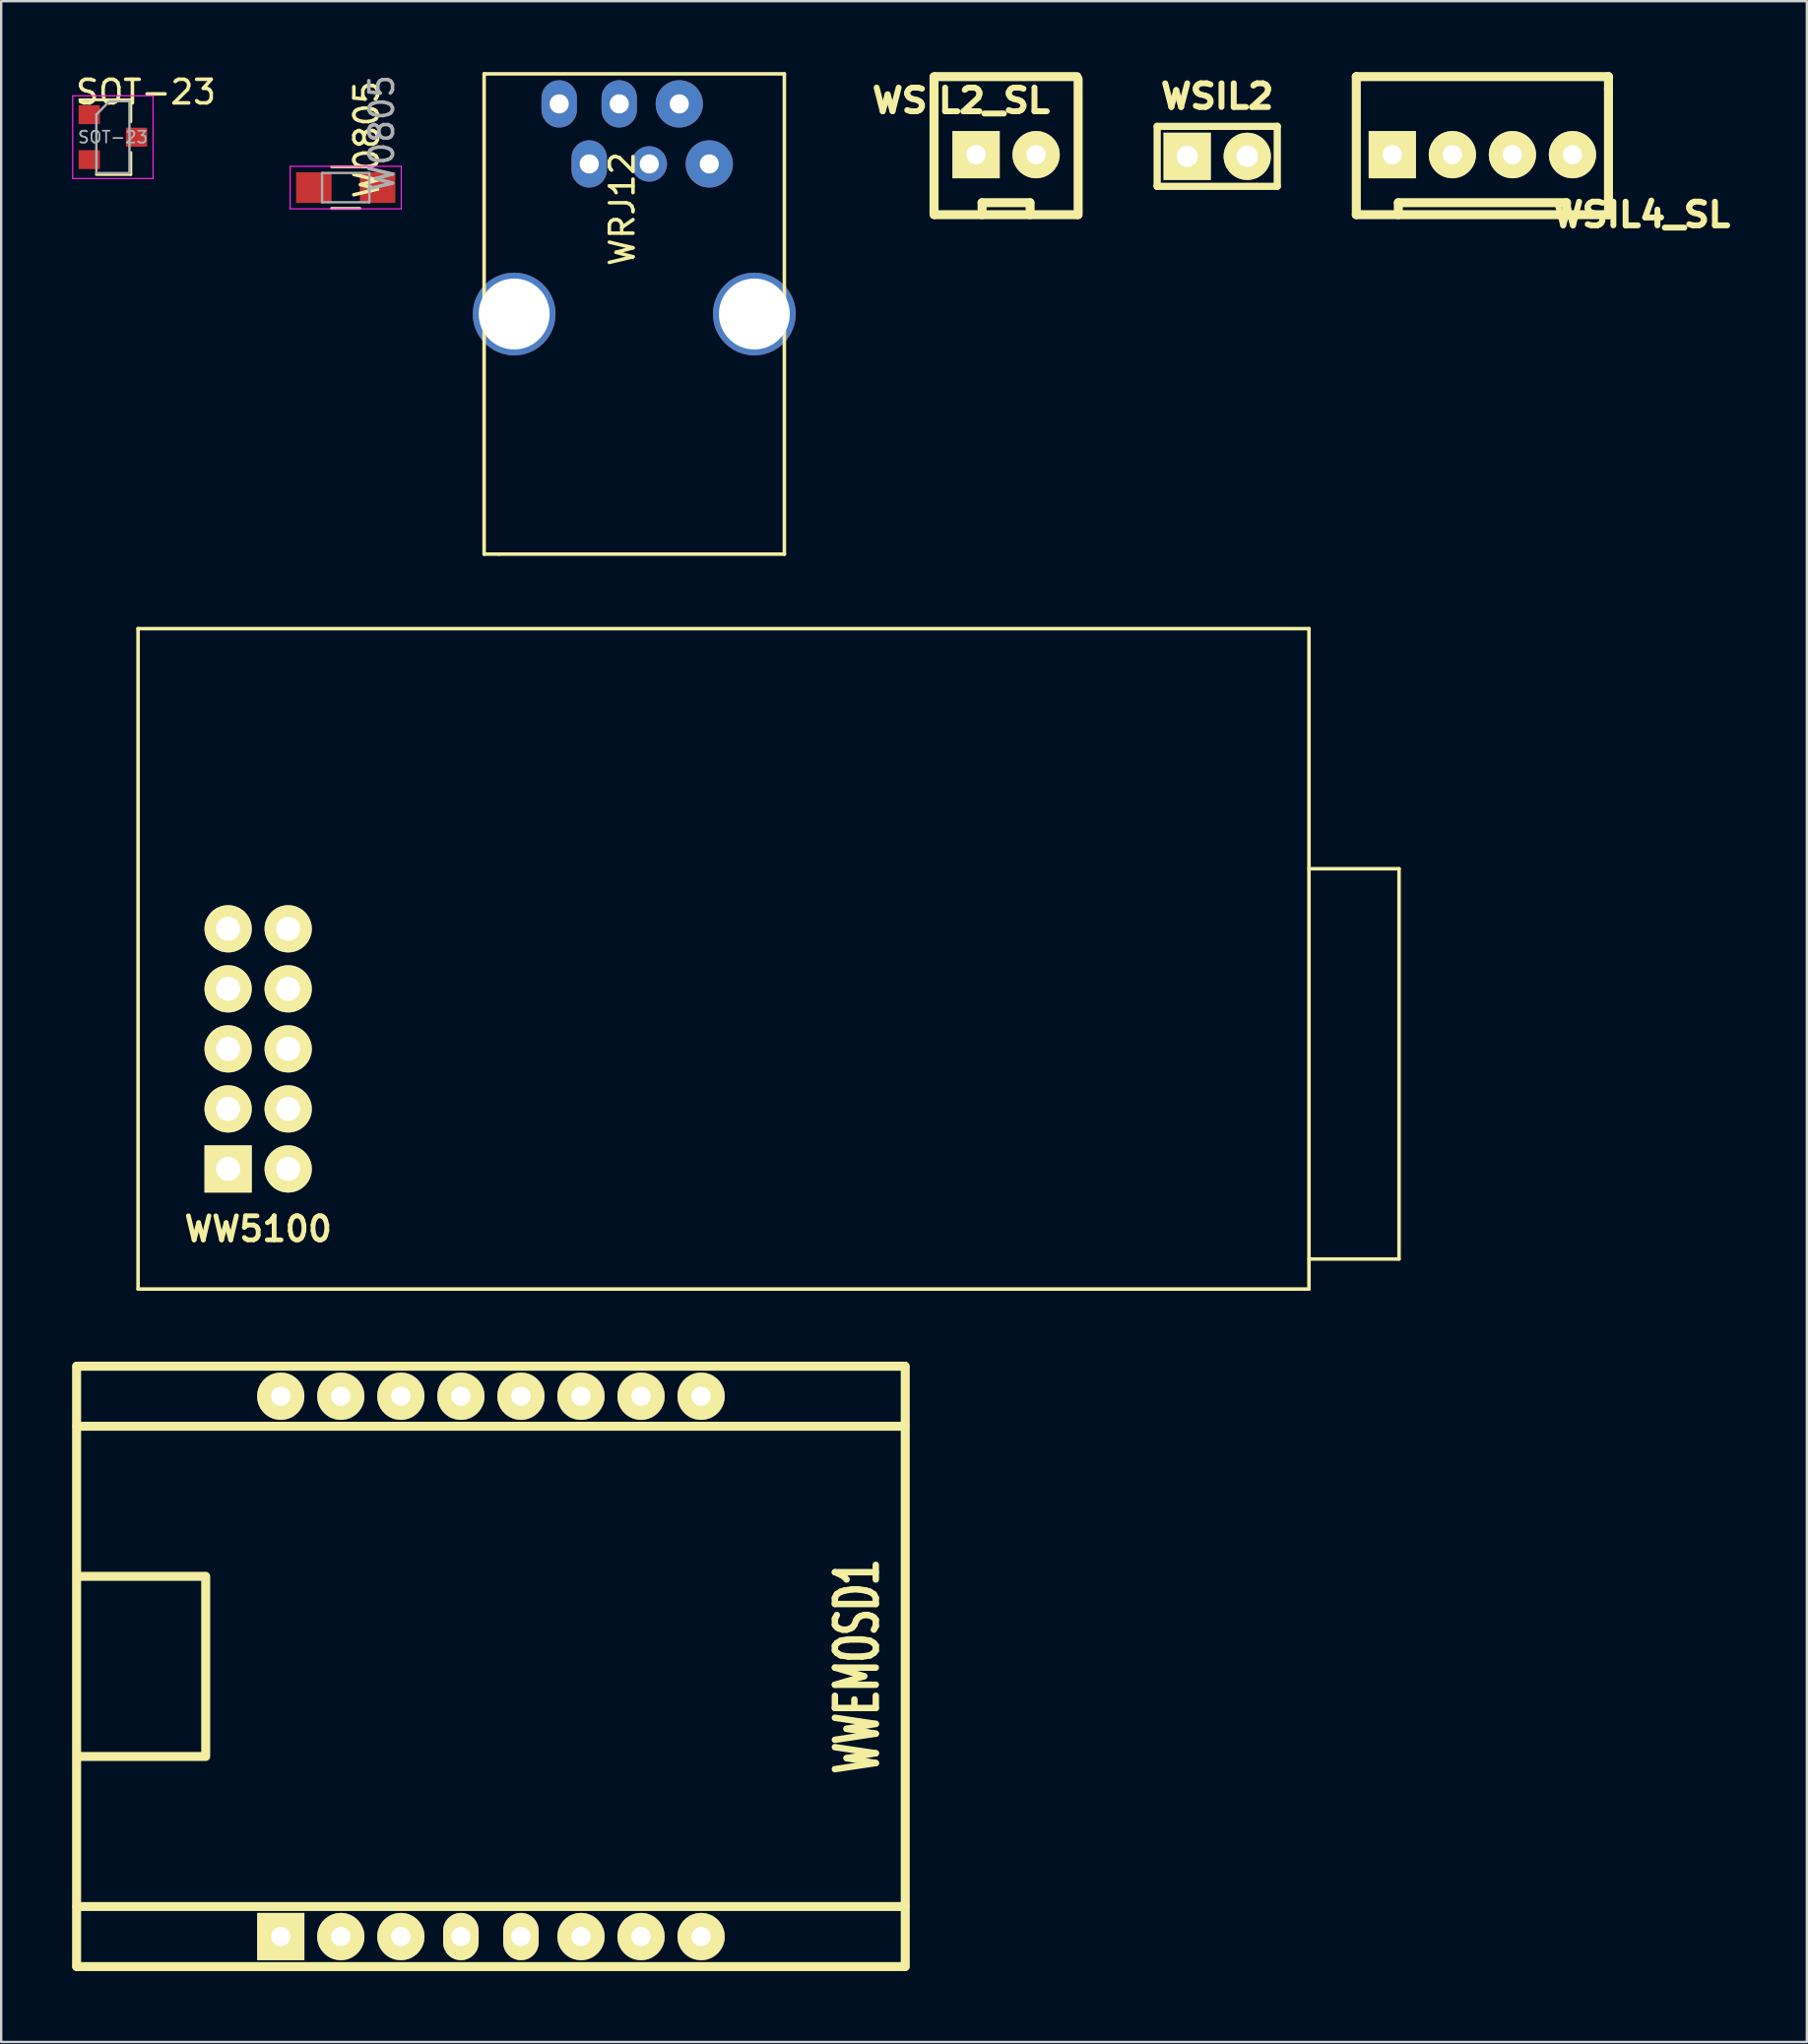
<source format=kicad_pcb>
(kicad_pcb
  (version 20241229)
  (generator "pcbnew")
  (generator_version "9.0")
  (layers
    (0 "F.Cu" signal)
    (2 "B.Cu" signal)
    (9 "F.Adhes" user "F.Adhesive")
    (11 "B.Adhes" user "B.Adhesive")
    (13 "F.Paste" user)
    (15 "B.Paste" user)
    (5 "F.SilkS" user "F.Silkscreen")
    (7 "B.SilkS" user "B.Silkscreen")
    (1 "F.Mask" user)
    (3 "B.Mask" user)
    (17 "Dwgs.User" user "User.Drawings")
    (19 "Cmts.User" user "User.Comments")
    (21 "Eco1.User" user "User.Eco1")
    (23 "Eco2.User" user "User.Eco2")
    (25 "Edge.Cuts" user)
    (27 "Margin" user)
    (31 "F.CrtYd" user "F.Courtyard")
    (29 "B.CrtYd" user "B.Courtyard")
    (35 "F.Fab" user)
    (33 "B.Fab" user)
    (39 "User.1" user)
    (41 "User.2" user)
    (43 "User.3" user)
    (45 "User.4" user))
  (footprint "WSIL4_SL"
    (layer "F.Cu")
    (at 59.656 3.493)
    (property "Reference" "WSIL4_SL" (at 6.731 2.54 0) (layer "F.SilkS") (effects (font (size 1.001 1.087) (thickness 0.25))))
    (attr through_hole)
    (fp_line (start -5.334 -3.302) (end 5.334 -3.302) (stroke (width 0.381) (type solid)) (layer "F.SilkS"))
    (fp_line (start -5.334 2.54) (end -5.334 -3.302) (stroke (width 0.381) (type solid)) (layer "F.SilkS"))
    (fp_line (start -4.318 -0.508) (end -4.318 0.508) (stroke (width 0.381) (type solid)) (layer "F.SilkS"))
    (fp_line (start -4.318 0.508) (end -3.302 0.508) (stroke (width 0.381) (type solid)) (layer "F.SilkS"))
    (fp_line (start -3.556 2.032) (end 3.556 2.032) (stroke (width 0.381) (type solid)) (layer "F.SilkS"))
    (fp_line (start -3.556 2.54) (end -3.556 2.032) (stroke (width 0.381) (type solid)) (layer "F.SilkS"))
    (fp_line (start -3.302 -0.508) (end -4.318 -0.508) (stroke (width 0.381) (type solid)) (layer "F.SilkS"))
    (fp_line (start -3.302 0.508) (end -3.302 -0.508) (stroke (width 0.381) (type solid)) (layer "F.SilkS"))
    (fp_line (start -1.778 -0.508) (end -1.778 0.508) (stroke (width 0.381) (type solid)) (layer "F.SilkS"))
    (fp_line (start -1.778 -0.508) (end -0.762 -0.508) (stroke (width 0.381) (type solid)) (layer "F.SilkS"))
    (fp_line (start -0.762 -0.508) (end -0.762 0.508) (stroke (width 0.381) (type solid)) (layer "F.SilkS"))
    (fp_line (start -0.762 0.508) (end -1.778 0.508) (stroke (width 0.381) (type solid)) (layer "F.SilkS"))
    (fp_line (start 0.762 -0.508) (end 0.762 0.508) (stroke (width 0.381) (type solid)) (layer "F.SilkS"))
    (fp_line (start 0.762 0.508) (end 1.778 0.508) (stroke (width 0.381) (type solid)) (layer "F.SilkS"))
    (fp_line (start 1.778 -0.508) (end 0.762 -0.508) (stroke (width 0.381) (type solid)) (layer "F.SilkS"))
    (fp_line (start 1.778 0.508) (end 1.778 -0.508) (stroke (width 0.381) (type solid)) (layer "F.SilkS"))
    (fp_line (start 3.302 -0.508) (end 3.302 0.508) (stroke (width 0.381) (type solid)) (layer "F.SilkS"))
    (fp_line (start 3.302 0.508) (end 4.318 0.508) (stroke (width 0.381) (type solid)) (layer "F.SilkS"))
    (fp_line (start 3.556 2.032) (end 3.556 2.54) (stroke (width 0.381) (type solid)) (layer "F.SilkS"))
    (fp_line (start 4.318 -0.508) (end 3.302 -0.508) (stroke (width 0.381) (type solid)) (layer "F.SilkS"))
    (fp_line (start 4.318 0.508) (end 4.318 -0.508) (stroke (width 0.381) (type solid)) (layer "F.SilkS"))
    (fp_line (start 5.334 -3.302) (end 5.334 -2.794) (stroke (width 0.381) (type solid)) (layer "F.SilkS"))
    (fp_line (start 5.334 -2.794) (end 5.334 2.54) (stroke (width 0.381) (type solid)) (layer "F.SilkS"))
    (fp_line (start 5.334 2.54) (end -5.334 2.54) (stroke (width 0.381) (type solid)) (layer "F.SilkS"))
    (pad "1" thru_hole rect (at -3.81 0) (size 1.999 1.999) (drill 0.813) (layers "*.Cu" "*.Mask" "F.SilkS"))
    (pad "2" thru_hole circle (at -1.27 0) (size 1.999 1.999) (drill 0.813) (layers "*.Cu" "*.Mask" "F.SilkS"))
    (pad "3" thru_hole circle (at 1.27 0) (size 1.999 1.999) (drill 0.813) (layers "*.Cu" "*.Mask" "F.SilkS"))
    (pad "4" thru_hole circle (at 3.81 0) (size 1.999 1.999) (drill 0.813) (layers "*.Cu" "*.Mask" "F.SilkS")))
  (footprint "SOT-23"
    (layer "F.Cu")
    (at 1.725 2.753)
    (property "Reference" "SOT-23" (at 1.397 -1.905 0) (layer "F.SilkS") (effects (font (size 1 1) (thickness 0.15))))
    (attr smd)
    (fp_line (start 0.76 -1.58) (end -1.4 -1.58) (stroke (width 0.12) (type solid)) (layer "F.SilkS"))
    (fp_line (start 0.76 -1.58) (end 0.76 -0.65) (stroke (width 0.12) (type solid)) (layer "F.SilkS"))
    (fp_line (start 0.76 1.58) (end -0.7 1.58) (stroke (width 0.12) (type solid)) (layer "F.SilkS"))
    (fp_line (start 0.76 1.58) (end 0.76 0.65) (stroke (width 0.12) (type solid)) (layer "F.SilkS"))
    (fp_line (start -1.7 -1.75) (end 1.7 -1.75) (stroke (width 0.05) (type solid)) (layer "F.CrtYd"))
    (fp_line (start -1.7 1.75) (end -1.7 -1.75) (stroke (width 0.05) (type solid)) (layer "F.CrtYd"))
    (fp_line (start 1.7 -1.75) (end 1.7 1.75) (stroke (width 0.05) (type solid)) (layer "F.CrtYd"))
    (fp_line (start 1.7 1.75) (end -1.7 1.75) (stroke (width 0.05) (type solid)) (layer "F.CrtYd"))
    (fp_line (start -0.7 -0.95) (end -0.7 1.5) (stroke (width 0.1) (type solid)) (layer "F.Fab"))
    (fp_line (start -0.7 -0.95) (end -0.15 -1.52) (stroke (width 0.1) (type solid)) (layer "F.Fab"))
    (fp_line (start -0.7 1.52) (end 0.7 1.52) (stroke (width 0.1) (type solid)) (layer "F.Fab"))
    (fp_line (start -0.15 -1.52) (end 0.7 -1.52) (stroke (width 0.1) (type solid)) (layer "F.Fab"))
    (fp_line (start 0.7 -1.52) (end 0.7 1.52) (stroke (width 0.1) (type solid)) (layer "F.Fab"))
    (fp_text user "${REFERENCE}" (at 0 0 0) (layer "F.Fab") (effects (font (size 0.5 0.5) (thickness 0.075))))
    (pad "1" smd rect (at -1 -0.95) (size 0.9 0.8) (layers "F.Cu" "F.Mask" "F.Paste"))
    (pad "2" smd rect (at -1 0.95) (size 0.9 0.8) (layers "F.Cu" "F.Mask" "F.Paste"))
    (pad "3" smd rect (at 1 0) (size 0.9 0.8) (layers "F.Cu" "F.Mask" "F.Paste")))
  (footprint "WWEMOSD1"
    (layer "F.Cu")
    (at 17.716 67.451)
    (property "Reference" "WWEMOSD1" (at 15.494 0 90) (layer "F.SilkS") (effects (font (size 1.73 1.087) (thickness 0.272))))
    (attr through_hole)
    (fp_line (start -17.526 12.7) (end -17.526 -12.7) (stroke (width 0.381) (type solid)) (layer "F.SilkS"))
    (fp_line (start -17.51 -12.7) (end 17.5 -12.7) (stroke (width 0.381) (type solid)) (layer "F.SilkS"))
    (fp_line (start -17.51 -10.16) (end 17.51 -10.16) (stroke (width 0.381) (type solid)) (layer "F.SilkS"))
    (fp_line (start -17.51 10.16) (end 17.51 10.16) (stroke (width 0.381) (type solid)) (layer "F.SilkS"))
    (fp_line (start -17.399 3.81) (end -12.159 3.81) (stroke (width 0.381) (type solid)) (layer "F.SilkS"))
    (fp_line (start -12.159 -3.81) (end -17.399 -3.81) (stroke (width 0.381) (type solid)) (layer "F.SilkS"))
    (fp_line (start -12.065 3.81) (end -12.065 -3.81) (stroke (width 0.381) (type solid)) (layer "F.SilkS"))
    (fp_line (start 17.51 12.7) (end -17.51 12.7) (stroke (width 0.381) (type solid)) (layer "F.SilkS"))
    (fp_line (start 17.526 -12.7) (end 17.526 12.7) (stroke (width 0.381) (type solid)) (layer "F.SilkS"))
    (pad "1" thru_hole rect (at -8.89 11.43) (size 1.999 1.999) (drill 0.813) (layers "*.Cu" "*.Mask" "F.SilkS"))
    (pad "2" thru_hole circle (at -6.35 11.43) (size 1.999 1.999) (drill 0.813) (layers "*.Cu" "*.Mask" "F.SilkS"))
    (pad "3" thru_hole circle (at -3.81 11.43) (size 1.999 1.999) (drill 0.813) (layers "*.Cu" "*.Mask" "F.SilkS"))
    (pad "4" thru_hole oval (at -1.27 11.43) (size 1.5 1.999) (drill 0.813) (layers "*.Cu" "*.Mask" "F.SilkS"))
    (pad "5" thru_hole oval (at 1.27 11.43) (size 1.5 1.999) (drill 0.813) (layers "*.Cu" "*.Mask" "F.SilkS"))
    (pad "6" thru_hole circle (at 3.81 11.43) (size 1.999 1.999) (drill 0.813) (layers "*.Cu" "*.Mask" "F.SilkS"))
    (pad "7" thru_hole circle (at 6.35 11.43) (size 1.999 1.999) (drill 0.813) (layers "*.Cu" "*.Mask" "F.SilkS"))
    (pad "8" thru_hole circle (at 8.89 11.43) (size 1.999 1.999) (drill 0.813) (layers "*.Cu" "*.Mask" "F.SilkS"))
    (pad "9" thru_hole circle (at 8.89 -11.43) (size 1.999 1.999) (drill 0.813) (layers "*.Cu" "*.Mask" "F.SilkS"))
    (pad "10" thru_hole circle (at 6.35 -11.43) (size 1.999 1.999) (drill 0.813) (layers "*.Cu" "*.Mask" "F.SilkS"))
    (pad "11" thru_hole circle (at 3.81 -11.43) (size 1.999 1.999) (drill 0.813) (layers "*.Cu" "*.Mask" "F.SilkS"))
    (pad "12" thru_hole circle (at 1.27 -11.43) (size 1.999 1.999) (drill 0.813) (layers "*.Cu" "*.Mask" "F.SilkS"))
    (pad "13" thru_hole circle (at -1.27 -11.43) (size 1.999 1.999) (drill 0.813) (layers "*.Cu" "*.Mask" "F.SilkS"))
    (pad "14" thru_hole circle (at -3.81 -11.43) (size 1.999 1.999) (drill 0.813) (layers "*.Cu" "*.Mask" "F.SilkS"))
    (pad "15" thru_hole circle (at -6.35 -11.43) (size 1.999 1.999) (drill 0.813) (layers "*.Cu" "*.Mask" "F.SilkS"))
    (pad "16" thru_hole circle (at -8.89 -11.43) (size 1.999 1.999) (drill 0.813) (layers "*.Cu" "*.Mask" "F.SilkS")))
  (footprint "WSIL2"
    (layer "F.Cu")
    (at 48.439 3.565)
    (property "Reference" "WSIL2" (at 0 -2.54 0) (layer "F.SilkS") (effects (font (size 1.001 1.087) (thickness 0.251))))
    (attr through_hole)
    (fp_line (start -2.54 -1.27) (end 2.54 -1.27) (stroke (width 0.305) (type solid)) (layer "F.SilkS"))
    (fp_line (start -2.54 1.27) (end -2.54 -1.27) (stroke (width 0.305) (type solid)) (layer "F.SilkS"))
    (fp_line (start 2.54 -1.27) (end 2.54 1.27) (stroke (width 0.305) (type solid)) (layer "F.SilkS"))
    (fp_line (start 2.54 1.27) (end -2.54 1.27) (stroke (width 0.305) (type solid)) (layer "F.SilkS"))
    (pad "1" thru_hole rect (at -1.27 0) (size 1.999 1.999) (drill 0.9) (layers "*.Cu" "*.Mask" "F.SilkS"))
    (pad "2" thru_hole circle (at 1.27 0) (size 1.999 1.999) (drill 0.9) (layers "*.Cu" "*.Mask" "F.SilkS")))
  (footprint "WW5100"
    (layer "F.Cu")
    (at 0.25 36.245)
    (property "Reference" "WW5100" (at 7.62 12.7 0) (layer "F.SilkS") (effects (font (size 1.016 1.016) (thickness 0.203))))
    (attr through_hole)
    (fp_line (start 2.54 -12.7) (end 2.54 15.24) (stroke (width 0.15) (type solid)) (layer "F.SilkS"))
    (fp_line (start 2.54 -12.7) (end 52.07 -12.7) (stroke (width 0.15) (type solid)) (layer "F.SilkS"))
    (fp_line (start 2.54 15.24) (end 52.07 15.24) (stroke (width 0.15) (type solid)) (layer "F.SilkS"))
    (fp_line (start 52.07 -12.7) (end 52.07 15.24) (stroke (width 0.15) (type solid)) (layer "F.SilkS"))
    (fp_line (start 52.07 13.97) (end 55.88 13.97) (stroke (width 0.15) (type solid)) (layer "F.SilkS"))
    (fp_line (start 55.88 -2.54) (end 52.07 -2.54) (stroke (width 0.15) (type solid)) (layer "F.SilkS"))
    (fp_line (start 55.88 13.97) (end 55.88 -2.54) (stroke (width 0.15) (type solid)) (layer "F.SilkS"))
    (pad "1" thru_hole rect (at 6.35 10.16) (size 1.999 1.999) (drill 1.016) (layers "*.Cu" "*.Mask" "F.SilkS"))
    (pad "2" thru_hole circle (at 8.89 10.16) (size 1.999 1.999) (drill 1.016) (layers "*.Cu" "*.Mask" "F.SilkS"))
    (pad "3" thru_hole circle (at 6.35 7.62) (size 1.999 1.999) (drill 1.016) (layers "*.Cu" "*.Mask" "F.SilkS"))
    (pad "4" thru_hole circle (at 8.89 7.62) (size 1.999 1.999) (drill 1.016) (layers "*.Cu" "*.Mask" "F.SilkS"))
    (pad "5" thru_hole circle (at 6.35 5.08) (size 1.999 1.999) (drill 1.016) (layers "*.Cu" "*.Mask" "F.SilkS"))
    (pad "6" thru_hole circle (at 8.89 5.08) (size 1.999 1.999) (drill 1.016) (layers "*.Cu" "*.Mask" "F.SilkS"))
    (pad "7" thru_hole circle (at 6.35 2.54) (size 1.999 1.999) (drill 1.016) (layers "*.Cu" "*.Mask" "F.SilkS"))
    (pad "8" thru_hole circle (at 8.89 2.54) (size 1.999 1.999) (drill 1.016) (layers "*.Cu" "*.Mask" "F.SilkS"))
    (pad "9" thru_hole circle (at 6.35 0) (size 1.999 1.999) (drill 1.016) (layers "*.Cu" "*.Mask" "F.SilkS"))
    (pad "10" thru_hole circle (at 8.89 0) (size 1.999 1.999) (drill 1.016) (layers "*.Cu" "*.Mask" "F.SilkS")))
  (footprint "WRJ12"
    (layer "F.Cu")
    (at 20.604 1.345)
    (property "Reference" "WRJ12" (at 2.667 4.445 90) (layer "F.SilkS") (effects (font (size 1 1) (thickness 0.15))))
    (attr through_hole)
    (fp_line (start -3.175 -1.27) (end -3.175 19.05) (stroke (width 0.15) (type solid)) (layer "F.SilkS"))
    (fp_line (start -3.175 -1.27) (end 9.525 -1.27) (stroke (width 0.15) (type solid)) (layer "F.SilkS"))
    (fp_line (start -3.175 19.05) (end -2.54 19.05) (stroke (width 0.15) (type solid)) (layer "F.SilkS"))
    (fp_line (start 9.525 -1.27) (end 9.525 19.05) (stroke (width 0.15) (type solid)) (layer "F.SilkS"))
    (fp_line (start 9.525 19.05) (end -2.54 19.05) (stroke (width 0.15) (type solid)) (layer "F.SilkS"))
    (pad "1" thru_hole oval (at 0 0) (size 1.5 2) (drill 0.81) (layers "*.Cu" "*.Mask"))
    (pad "2" thru_hole oval (at 1.27 2.54) (size 1.5 2) (drill 0.81) (layers "*.Cu" "*.Mask"))
    (pad "3" thru_hole oval (at 2.54 0) (size 1.5 2) (drill 0.81) (layers "*.Cu" "*.Mask"))
    (pad "4" thru_hole circle (at 3.81 2.54) (size 1.5 1.5) (drill 0.81) (layers "*.Cu" "*.Mask"))
    (pad "5" thru_hole circle (at 5.08 0) (size 2 2) (drill 0.81) (layers "*.Cu" "*.Mask"))
    (pad "6" thru_hole circle (at 6.35 2.54) (size 2 2) (drill 0.81) (layers "*.Cu" "*.Mask"))
    (pad "7" thru_hole circle (at -1.905 8.89) (size 3.5 3.5) (drill 3) (layers "*.Cu" "*.Mask"))
    (pad "8" thru_hole circle (at 8.255 8.89) (size 3.5 3.5) (drill 3) (layers "*.Cu" "*.Mask")))
  (footprint "WSIL2_SL"
    (layer "F.Cu")
    (at 39.508 3.493)
    (property "Reference" "WSIL2_SL" (at -1.905 -2.286 0) (layer "F.SilkS") (effects (font (size 1.001 1.087) (thickness 0.25))))
    (attr through_hole)
    (fp_line (start -3.048 2.54) (end -3.048 -3.302) (stroke (width 0.381) (type solid)) (layer "F.SilkS"))
    (fp_line (start -3 -3.302) (end 3 -3.302) (stroke (width 0.381) (type solid)) (layer "F.SilkS"))
    (fp_line (start -1.778 -0.508) (end -1.778 0.508) (stroke (width 0.381) (type solid)) (layer "F.SilkS"))
    (fp_line (start -1.778 0.508) (end -0.762 0.508) (stroke (width 0.381) (type solid)) (layer "F.SilkS"))
    (fp_line (start -1.016 2.032) (end 1 2.032) (stroke (width 0.381) (type solid)) (layer "F.SilkS"))
    (fp_line (start -1.016 2.54) (end -1.016 2.032) (stroke (width 0.381) (type solid)) (layer "F.SilkS"))
    (fp_line (start -0.762 -0.508) (end -1.778 -0.508) (stroke (width 0.381) (type solid)) (layer "F.SilkS"))
    (fp_line (start -0.762 0.508) (end -0.762 -0.508) (stroke (width 0.381) (type solid)) (layer "F.SilkS"))
    (fp_line (start 0.762 -0.508) (end 0.762 0.508) (stroke (width 0.381) (type solid)) (layer "F.SilkS"))
    (fp_line (start 0.762 -0.508) (end 1.778 -0.508) (stroke (width 0.381) (type solid)) (layer "F.SilkS"))
    (fp_line (start 1.016 2.032) (end 1.016 2.54) (stroke (width 0.381) (type solid)) (layer "F.SilkS"))
    (fp_line (start 1.778 -0.508) (end 1.778 0.508) (stroke (width 0.381) (type solid)) (layer "F.SilkS"))
    (fp_line (start 1.778 0.508) (end 0.762 0.508) (stroke (width 0.381) (type solid)) (layer "F.SilkS"))
    (fp_line (start 3 2.54) (end -3 2.54) (stroke (width 0.381) (type solid)) (layer "F.SilkS"))
    (fp_line (start 3.048 -3.2) (end 3.048 2.54) (stroke (width 0.381) (type solid)) (layer "F.SilkS"))
    (pad "1" thru_hole rect (at -1.27 0) (size 1.999 1.999) (drill 0.813) (layers "*.Cu" "*.Mask" "F.SilkS"))
    (pad "2" thru_hole circle (at 1.27 0) (size 1.999 1.999) (drill 0.813) (layers "*.Cu" "*.Mask" "F.SilkS")))
  (footprint "W0805"
    (layer "F.Cu")
    (at 11.574 4.887)
    (property "Reference" "W0805" (at 0.889 -2.032 90) (layer "F.SilkS") (effects (font (size 1 1) (thickness 0.15))))
    (attr smd)
    (fp_line (start -0.6 -0.88) (end 0.6 -0.88) (stroke (width 0.12) (type solid)) (layer "F.SilkS"))
    (fp_line (start 0.6 0.88) (end -0.6 0.88) (stroke (width 0.12) (type solid)) (layer "F.SilkS"))
    (fp_line (start -2.35 -0.9) (end -2.35 0.9) (stroke (width 0.05) (type solid)) (layer "F.CrtYd"))
    (fp_line (start -2.35 -0.9) (end 2.35 -0.9) (stroke (width 0.05) (type solid)) (layer "F.CrtYd"))
    (fp_line (start 2.35 0.9) (end -2.35 0.9) (stroke (width 0.05) (type solid)) (layer "F.CrtYd"))
    (fp_line (start 2.35 0.9) (end 2.35 -0.9) (stroke (width 0.05) (type solid)) (layer "F.CrtYd"))
    (fp_line (start -1 -0.62) (end 1 -0.62) (stroke (width 0.1) (type solid)) (layer "F.Fab"))
    (fp_line (start -1 0.62) (end -1 -0.62) (stroke (width 0.1) (type solid)) (layer "F.Fab"))
    (fp_line (start 1 -0.62) (end 1 0.62) (stroke (width 0.1) (type solid)) (layer "F.Fab"))
    (fp_line (start 1 0.62) (end -1 0.62) (stroke (width 0.1) (type solid)) (layer "F.Fab"))
    (fp_text user "${REFERENCE}" (at 1.524 -2.286 90) (layer "F.Fab") (effects (font (size 1 1) (thickness 0.15))))
    (pad "1" smd rect (at -1.35 0) (size 1.5 1.3) (layers "F.Cu" "F.Mask" "F.Paste"))
    (pad "2" smd rect (at 1.35 0) (size 1.5 1.3) (layers "F.Cu" "F.Mask" "F.Paste")))
  (gr_rect
    (start -3 -3)
    (end 73.381 83.341)
    (stroke (width 0.1) (type default))
    (fill no)
    (layer "Edge.Cuts")))
</source>
